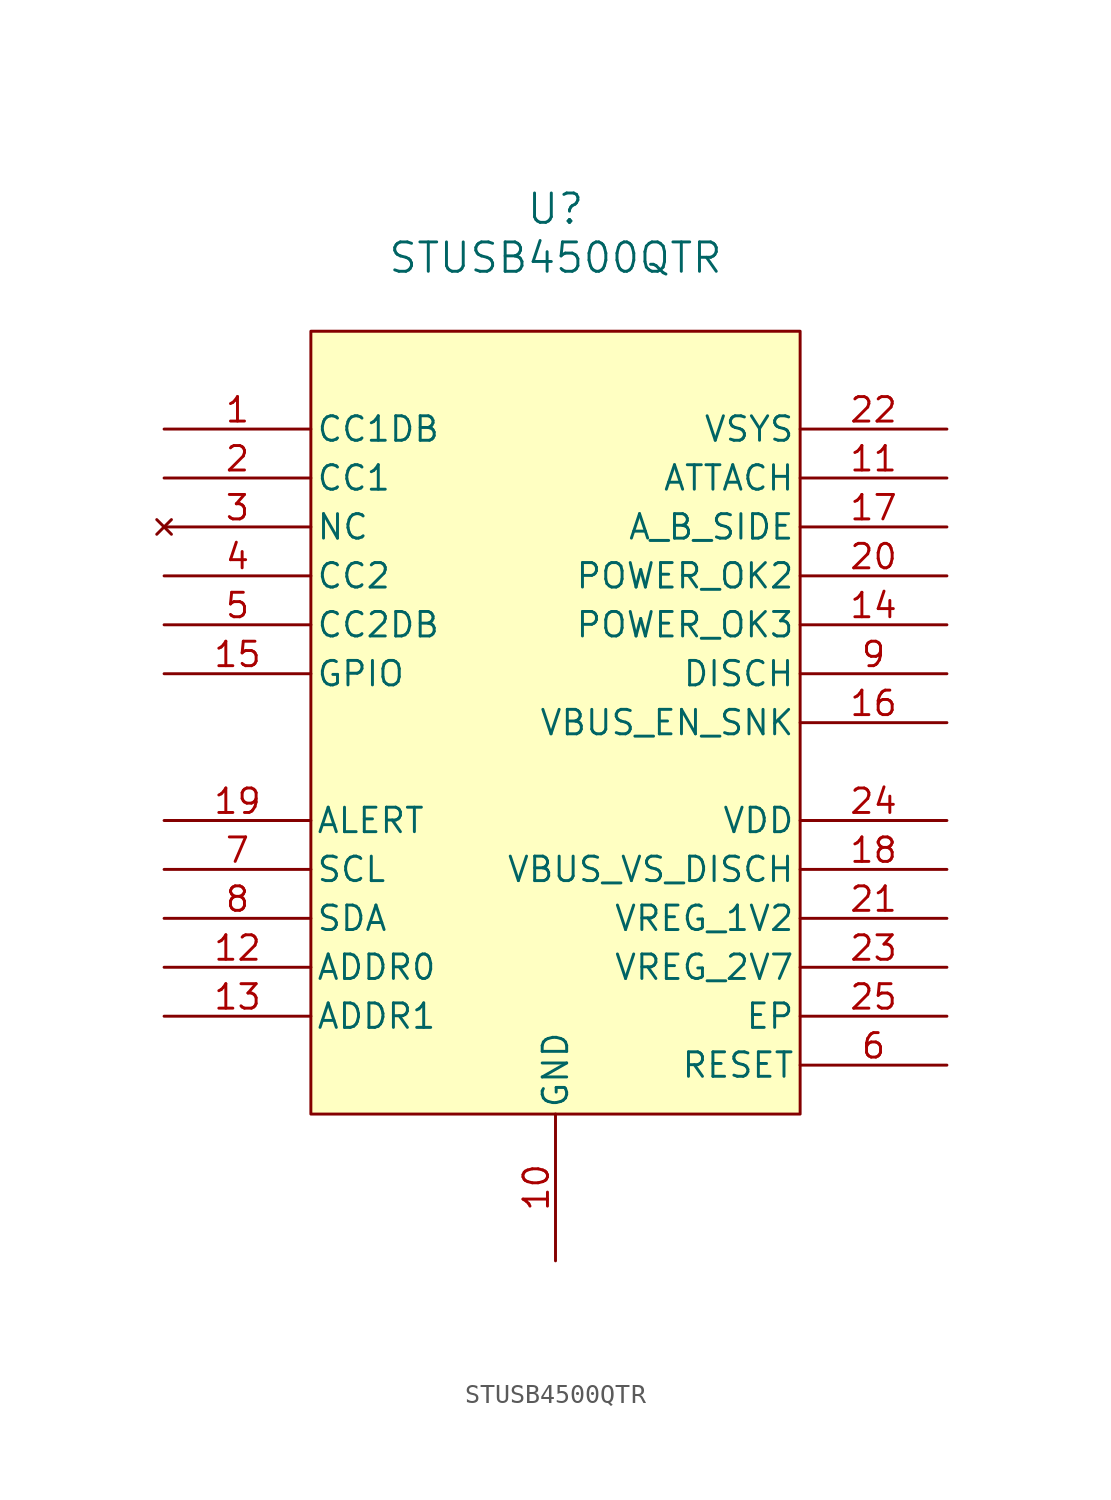
<source format=kicad_sym>
(kicad_symbol_lib
  (version 20220914)
  (generator kicad_symbol_editor)
  (symbol "STUSB4500QTR"
    (pin_names
      (offset 0.254))
    (property "Reference" "U"
      (at 0 26.67 0)
      (effects (font (size 1.524 1.524))))
    (property "Value" "STUSB4500QTR"
      (at 0 24.13 0)
      (effects (font (size 1.524 1.524))))
    (property "ki_locked" ""
      (at 0 0 0)
      (effects (font (size 1.27 1.27))))
    (symbol "STUSB4500QTR_0_1"
      (pin unspecified line (at -20.32 15.24 0) (length 7.62) (name "CC1DB" (effects (font (size 1.27 1.27)))) (number "1" (effects (font (size 1.27 1.27)))))
      (pin power_out line (at 0 -27.94 90) (length 7.62) (name "GND" (effects (font (size 1.27 1.27)))) (number "10" (effects (font (size 1.27 1.27)))))
      (pin output line (at 20.32 12.7 180) (length 7.62) (name "ATTACH" (effects (font (size 1.27 1.27)))) (number "11" (effects (font (size 1.27 1.27)))))
      (pin input line (at -20.32 -12.7 0) (length 7.62) (name "ADDR0" (effects (font (size 1.27 1.27)))) (number "12" (effects (font (size 1.27 1.27)))))
      (pin input line (at -20.32 -15.24 0) (length 7.62) (name "ADDR1" (effects (font (size 1.27 1.27)))) (number "13" (effects (font (size 1.27 1.27)))))
      (pin output line (at 20.32 5.08 180) (length 7.62) (name "POWER_OK3" (effects (font (size 1.27 1.27)))) (number "14" (effects (font (size 1.27 1.27)))))
      (pin output line (at -20.32 2.54 0) (length 7.62) (name "GPIO" (effects (font (size 1.27 1.27)))) (number "15" (effects (font (size 1.27 1.27)))))
      (pin input line (at 20.32 0 180) (length 7.62) (name "VBUS_EN_SNK" (effects (font (size 1.27 1.27)))) (number "16" (effects (font (size 1.27 1.27)))))
      (pin output line (at 20.32 10.16 180) (length 7.62) (name "A_B_SIDE" (effects (font (size 1.27 1.27)))) (number "17" (effects (font (size 1.27 1.27)))))
      (pin input line (at 20.32 -7.62 180) (length 7.62) (name "VBUS_VS_DISCH" (effects (font (size 1.27 1.27)))) (number "18" (effects (font (size 1.27 1.27)))))
      (pin output line (at -20.32 -5.08 0) (length 7.62) (name "ALERT" (effects (font (size 1.27 1.27)))) (number "19" (effects (font (size 1.27 1.27)))))
      (pin unspecified line (at -20.32 12.7 0) (length 7.62) (name "CC1" (effects (font (size 1.27 1.27)))) (number "2" (effects (font (size 1.27 1.27)))))
      (pin output line (at 20.32 7.62 180) (length 7.62) (name "POWER_OK2" (effects (font (size 1.27 1.27)))) (number "20" (effects (font (size 1.27 1.27)))))
      (pin power_in line (at 20.32 -10.16 180) (length 7.62) (name "VREG_1V2" (effects (font (size 1.27 1.27)))) (number "21" (effects (font (size 1.27 1.27)))))
      (pin power_in line (at 20.32 15.24 180) (length 7.62) (name "VSYS" (effects (font (size 1.27 1.27)))) (number "22" (effects (font (size 1.27 1.27)))))
      (pin power_in line (at 20.32 -12.7 180) (length 7.62) (name "VREG_2V7" (effects (font (size 1.27 1.27)))) (number "23" (effects (font (size 1.27 1.27)))))
      (pin power_in line (at 20.32 -5.08 180) (length 7.62) (name "VDD" (effects (font (size 1.27 1.27)))) (number "24" (effects (font (size 1.27 1.27)))))
      (pin power_out line (at 20.32 -15.24 180) (length 7.62) (name "EP" (effects (font (size 1.27 1.27)))) (number "25" (effects (font (size 1.27 1.27)))))
      (pin no_connect line (at -20.32 10.16 0) (length 7.62) (name "NC" (effects (font (size 1.27 1.27)))) (number "3" (effects (font (size 1.27 1.27)))))
      (pin unspecified line (at -20.32 7.62 0) (length 7.62) (name "CC2" (effects (font (size 1.27 1.27)))) (number "4" (effects (font (size 1.27 1.27)))))
      (pin unspecified line (at -20.32 5.08 0) (length 7.62) (name "CC2DB" (effects (font (size 1.27 1.27)))) (number "5" (effects (font (size 1.27 1.27)))))
      (pin input line (at 20.32 -17.78 180) (length 7.62) (name "RESET" (effects (font (size 1.27 1.27)))) (number "6" (effects (font (size 1.27 1.27)))))
      (pin input line (at -20.32 -7.62 0) (length 7.62) (name "SCL" (effects (font (size 1.27 1.27)))) (number "7" (effects (font (size 1.27 1.27)))))
      (pin bidirectional line (at -20.32 -10.16 0) (length 7.62) (name "SDA" (effects (font (size 1.27 1.27)))) (number "8" (effects (font (size 1.27 1.27)))))
      (pin bidirectional line (at 20.32 2.54 180) (length 7.62) (name "DISCH" (effects (font (size 1.27 1.27)))) (number "9" (effects (font (size 1.27 1.27))))))
    (symbol "STUSB4500QTR_1_1"
      (rectangle (start -12.7 20.32) (end 12.7 -20.32) (stroke (width 0) (type default)) (fill (type background))))))
</source>
